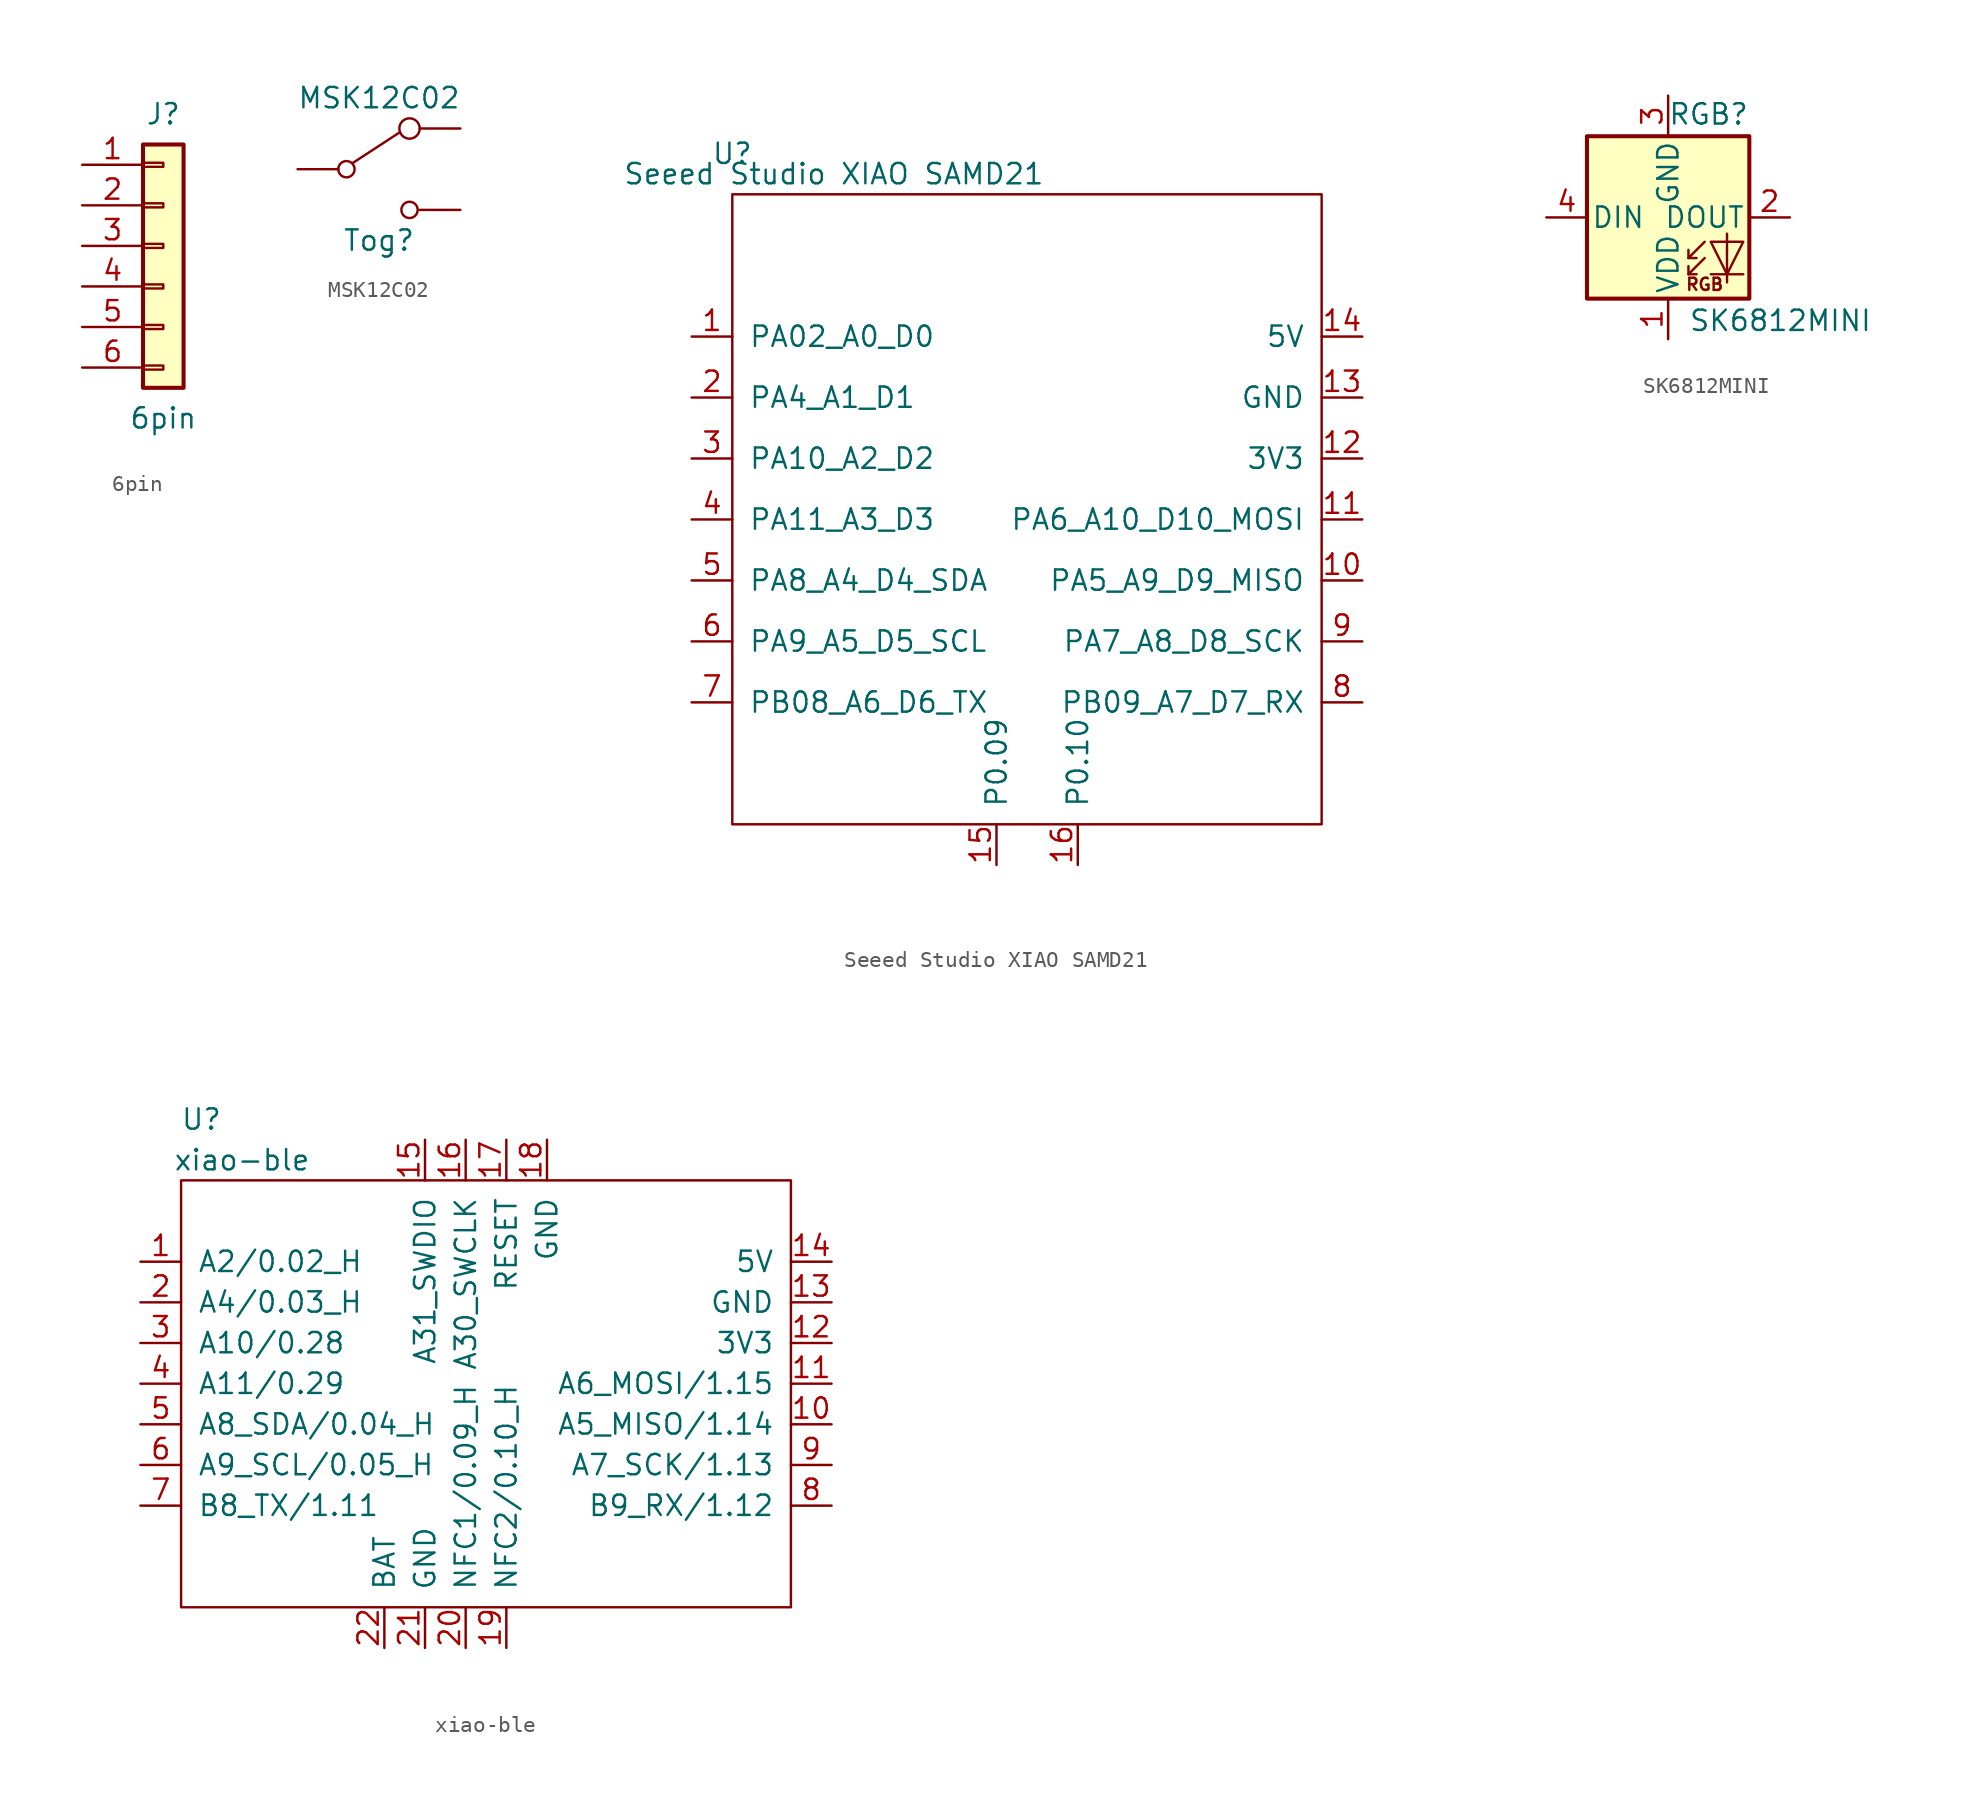
<source format=kicad_sym>
(kicad_symbol_lib
  (version 20211014)
  (generator kicad_symbol_editor)
  (symbol "6pin"
    (pin_names hide)
    (property "Reference" "J"
      (at 0 9.525 0)
      (effects (font (size 1.27 1.27))))
    (property "Value" "6pin"
      (at 0 -9.525 0)
      (effects (font (size 1.27 1.27))))
    (symbol "6pin_1_1"
      (rectangle (start -1.27 -6.223) (end 0 -6.477) (stroke (width 0.152) (type default) (color 0 0 0 0)) (fill (type none)))
      (rectangle (start -1.27 -3.683) (end 0 -3.937) (stroke (width 0.152) (type default) (color 0 0 0 0)) (fill (type none)))
      (rectangle (start -1.27 -1.143) (end 0 -1.397) (stroke (width 0.152) (type default) (color 0 0 0 0)) (fill (type none)))
      (rectangle (start -1.27 1.397) (end 0 1.143) (stroke (width 0.152) (type default) (color 0 0 0 0)) (fill (type none)))
      (rectangle (start -1.27 3.937) (end 0 3.683) (stroke (width 0.152) (type default) (color 0 0 0 0)) (fill (type none)))
      (rectangle (start -1.27 6.477) (end 0 6.223) (stroke (width 0.152) (type default) (color 0 0 0 0)) (fill (type none)))
      (rectangle (start -1.27 7.62) (end 1.27 -7.62) (stroke (width 0.254) (type default) (color 0 0 0 0)) (fill (type background)))
      (pin passive line (at -5.08 6.35 0) (length 3.81) (name "Pin_1" (effects (font (size 1.27 1.27)))) (number "1" (effects (font (size 1.27 1.27)))))
      (pin passive line (at -5.08 3.81 0) (length 3.81) (name "Pin_2" (effects (font (size 1.27 1.27)))) (number "2" (effects (font (size 1.27 1.27)))))
      (pin passive line (at -5.08 1.27 0) (length 3.81) (name "Pin_3" (effects (font (size 1.27 1.27)))) (number "3" (effects (font (size 1.27 1.27)))))
      (pin passive line (at -5.08 -1.27 0) (length 3.81) (name "Pin_4" (effects (font (size 1.27 1.27)))) (number "4" (effects (font (size 1.27 1.27)))))
      (pin passive line (at -5.08 -3.81 0) (length 3.81) (name "Pin_5" (effects (font (size 1.27 1.27)))) (number "5" (effects (font (size 1.27 1.27)))))
      (pin passive line (at -5.08 -6.35 0) (length 3.81) (name "Pin_6" (effects (font (size 1.27 1.27)))) (number "6" (effects (font (size 1.27 1.27)))))))
  (symbol "MSK12C02"
    (pin_numbers hide)
    (pin_names
      (offset 0) hide)
    (property "Reference" "Tog"
      (at 0 -4.445 0)
      (effects (font (size 1.27 1.27))))
    (property "Value" "MSK12C02"
      (at 0 4.445 0)
      (effects (font (size 1.27 1.27))))
    (symbol "MSK12C02_0_0"
      (circle (center -2.032 0) (radius 0.508) (stroke (width 0) (type default) (color 0 0 0 0)) (fill (type none)))
      (circle (center 1.905 -2.54) (radius 0.508) (stroke (width 0) (type default) (color 0 0 0 0)) (fill (type none))))
    (symbol "MSK12C02_0_1"
      (polyline (pts (xy -1.651 0.381) (xy 1.27 2.286)) (stroke (width 0) (type default) (color 0 0 0 0)) (fill (type none)))
      (circle (center 1.905 2.54) (radius 0.635) (stroke (width 0) (type default) (color 0 0 0 0)) (fill (type none))))
    (symbol "MSK12C02_1_1"
      (pin passive line (at 5.08 2.54 180) (length 2.54) (name "" (effects (font (size 1.27 1.27)))) (number "1" (effects (font (size 1.27 1.27)))))
      (pin passive line (at -5.08 0 0) (length 2.54) (name "" (effects (font (size 1.27 1.27)))) (number "2" (effects (font (size 1.27 1.27)))))
      (pin passive line (at 5.08 -2.54 180) (length 2.54) (name "" (effects (font (size 1.27 1.27)))) (number "3" (effects (font (size 1.27 1.27)))))))
  (symbol "Seeed Studio XIAO SAMD21"
    (pin_names
      (offset 1.016))
    (property "Reference" "U"
      (at -19.05 22.86 0)
      (effects (font (size 1.27 1.27))))
    (property "Value" "Seeed Studio XIAO SAMD21"
      (at -12.7 21.59 0)
      (effects (font (size 1.27 1.27))))
    (symbol "Seeed Studio XIAO SAMD21_0_1"
      (rectangle (start -19.05 20.32) (end 17.78 -19.05) (stroke (width 0) (type default) (color 0 0 0 0)) (fill (type none))))
    (symbol "Seeed Studio XIAO SAMD21_1_1"
      (pin unspecified line (at -21.59 11.43 0) (length 2.54) (name "PA02_A0_D0" (effects (font (size 1.27 1.27)))) (number "1" (effects (font (size 1.27 1.27)))))
      (pin unspecified line (at 20.32 -3.81 180) (length 2.54) (name "PA5_A9_D9_MISO" (effects (font (size 1.27 1.27)))) (number "10" (effects (font (size 1.27 1.27)))))
      (pin unspecified line (at 20.32 0 180) (length 2.54) (name "PA6_A10_D10_MOSI" (effects (font (size 1.27 1.27)))) (number "11" (effects (font (size 1.27 1.27)))))
      (pin unspecified line (at 20.32 3.81 180) (length 2.54) (name "3V3" (effects (font (size 1.27 1.27)))) (number "12" (effects (font (size 1.27 1.27)))))
      (pin unspecified line (at 20.32 7.62 180) (length 2.54) (name "GND" (effects (font (size 1.27 1.27)))) (number "13" (effects (font (size 1.27 1.27)))))
      (pin unspecified line (at 20.32 11.43 180) (length 2.54) (name "5V" (effects (font (size 1.27 1.27)))) (number "14" (effects (font (size 1.27 1.27)))))
      (pin bidirectional line (at -2.54 -21.59 90) (length 2.54) (name "P0.09" (effects (font (size 1.27 1.27)))) (number "15" (effects (font (size 1.27 1.27)))))
      (pin input line (at 2.54 -21.59 90) (length 2.54) (name "P0.10" (effects (font (size 1.27 1.27)))) (number "16" (effects (font (size 1.27 1.27)))))
      (pin unspecified line (at -21.59 7.62 0) (length 2.54) (name "PA4_A1_D1" (effects (font (size 1.27 1.27)))) (number "2" (effects (font (size 1.27 1.27)))))
      (pin unspecified line (at -21.59 3.81 0) (length 2.54) (name "PA10_A2_D2" (effects (font (size 1.27 1.27)))) (number "3" (effects (font (size 1.27 1.27)))))
      (pin unspecified line (at -21.59 0 0) (length 2.54) (name "PA11_A3_D3" (effects (font (size 1.27 1.27)))) (number "4" (effects (font (size 1.27 1.27)))))
      (pin unspecified line (at -21.59 -3.81 0) (length 2.54) (name "PA8_A4_D4_SDA" (effects (font (size 1.27 1.27)))) (number "5" (effects (font (size 1.27 1.27)))))
      (pin unspecified line (at -21.59 -7.62 0) (length 2.54) (name "PA9_A5_D5_SCL" (effects (font (size 1.27 1.27)))) (number "6" (effects (font (size 1.27 1.27)))))
      (pin unspecified line (at -21.59 -11.43 0) (length 2.54) (name "PB08_A6_D6_TX" (effects (font (size 1.27 1.27)))) (number "7" (effects (font (size 1.27 1.27)))))
      (pin unspecified line (at 20.32 -11.43 180) (length 2.54) (name "PB09_A7_D7_RX" (effects (font (size 1.27 1.27)))) (number "8" (effects (font (size 1.27 1.27)))))
      (pin unspecified line (at 20.32 -7.62 180) (length 2.54) (name "PA7_A8_D8_SCK" (effects (font (size 1.27 1.27)))) (number "9" (effects (font (size 1.27 1.27)))))))
  (symbol "SK6812MINI"
    (pin_names
      (offset 0.254))
    (property "Reference" "RGB"
      (at 5.08 5.715 0)
      (effects (font (size 1.27 1.27)) (justify right bottom)))
    (property "Value" "SK6812MINI"
      (at 1.27 -5.715 0)
      (effects (font (size 1.27 1.27)) (justify left top)))
    (symbol "SK6812MINI_0_0"
      (text "RGB" (at 2.286 -4.191 0) (effects (font (size 0.762 0.762)))))
    (symbol "SK6812MINI_0_1"
      (polyline (pts (xy 1.27 -3.556) (xy 1.778 -3.556)) (stroke (width 0) (type default) (color 0 0 0 0)) (fill (type none)))
      (polyline (pts (xy 1.27 -2.54) (xy 1.778 -2.54)) (stroke (width 0) (type default) (color 0 0 0 0)) (fill (type none)))
      (polyline (pts (xy 4.699 -3.556) (xy 2.667 -3.556)) (stroke (width 0) (type default) (color 0 0 0 0)) (fill (type none)))
      (polyline (pts (xy 2.286 -2.54) (xy 1.27 -3.556) (xy 1.27 -3.048)) (stroke (width 0) (type default) (color 0 0 0 0)) (fill (type none)))
      (polyline (pts (xy 2.286 -1.524) (xy 1.27 -2.54) (xy 1.27 -2.032)) (stroke (width 0) (type default) (color 0 0 0 0)) (fill (type none)))
      (polyline (pts (xy 3.683 -1.016) (xy 3.683 -3.556) (xy 3.683 -4.064)) (stroke (width 0) (type default) (color 0 0 0 0)) (fill (type none)))
      (polyline (pts (xy 4.699 -1.524) (xy 2.667 -1.524) (xy 3.683 -3.556) (xy 4.699 -1.524)) (stroke (width 0) (type default) (color 0 0 0 0)) (fill (type none)))
      (rectangle (start 5.08 5.08) (end -5.08 -5.08) (stroke (width 0.254) (type default) (color 0 0 0 0)) (fill (type background))))
    (symbol "SK6812MINI_1_1"
      (pin power_in line (at 0 -7.62 90) (length 2.54) (name "VDD" (effects (font (size 1.27 1.27)))) (number "1" (effects (font (size 1.27 1.27)))))
      (pin output line (at 7.62 0 180) (length 2.54) (name "DOUT" (effects (font (size 1.27 1.27)))) (number "2" (effects (font (size 1.27 1.27)))))
      (pin power_in line (at 0 7.62 270) (length 2.54) (name "GND" (effects (font (size 1.27 1.27)))) (number "3" (effects (font (size 1.27 1.27)))))
      (pin input line (at -7.62 0 0) (length 2.54) (name "DIN" (effects (font (size 1.27 1.27)))) (number "4" (effects (font (size 1.27 1.27)))))))
  (symbol "xiao-ble"
    (pin_names
      (offset 1.016))
    (property "Reference" "U"
      (at -17.78 16.51 0)
      (effects (font (size 1.27 1.27))))
    (property "Value" "xiao-ble"
      (at -15.24 13.97 0)
      (effects (font (size 1.27 1.27))))
    (symbol "xiao-ble_0_1"
      (rectangle (start -19.05 12.7) (end 19.05 -13.97) (stroke (width 0) (type default) (color 0 0 0 0)) (fill (type none))))
    (symbol "xiao-ble_1_1"
      (pin bidirectional line (at -21.59 7.62 0) (length 2.54) (name "A2/0.02_H" (effects (font (size 1.27 1.27)))) (number "1" (effects (font (size 1.27 1.27)))))
      (pin bidirectional line (at 21.59 -2.54 180) (length 2.54) (name "A5_MISO/1.14" (effects (font (size 1.27 1.27)))) (number "10" (effects (font (size 1.27 1.27)))))
      (pin bidirectional line (at 21.59 0 180) (length 2.54) (name "A6_MOSI/1.15" (effects (font (size 1.27 1.27)))) (number "11" (effects (font (size 1.27 1.27)))))
      (pin power_out line (at 21.59 2.54 180) (length 2.54) (name "3V3" (effects (font (size 1.27 1.27)))) (number "12" (effects (font (size 1.27 1.27)))))
      (pin power_out line (at 21.59 5.08 180) (length 2.54) (name "GND" (effects (font (size 1.27 1.27)))) (number "13" (effects (font (size 1.27 1.27)))))
      (pin power_out line (at 21.59 7.62 180) (length 2.54) (name "5V" (effects (font (size 1.27 1.27)))) (number "14" (effects (font (size 1.27 1.27)))))
      (pin input line (at -3.81 15.24 270) (length 2.54) (name "A31_SWDIO" (effects (font (size 1.27 1.27)))) (number "15" (effects (font (size 1.27 1.27)))))
      (pin input line (at -1.27 15.24 270) (length 2.54) (name "A30_SWCLK" (effects (font (size 1.27 1.27)))) (number "16" (effects (font (size 1.27 1.27)))))
      (pin input line (at 1.27 15.24 270) (length 2.54) (name "RESET" (effects (font (size 1.27 1.27)))) (number "17" (effects (font (size 1.27 1.27)))))
      (pin power_out line (at 3.81 15.24 270) (length 2.54) (name "GND" (effects (font (size 1.27 1.27)))) (number "18" (effects (font (size 1.27 1.27)))))
      (pin bidirectional line (at 1.27 -16.51 90) (length 2.54) (name "NFC2/0.10_H" (effects (font (size 1.27 1.27)))) (number "19" (effects (font (size 1.27 1.27)))))
      (pin bidirectional line (at -21.59 5.08 0) (length 2.54) (name "A4/0.03_H" (effects (font (size 1.27 1.27)))) (number "2" (effects (font (size 1.27 1.27)))))
      (pin bidirectional line (at -1.27 -16.51 90) (length 2.54) (name "NFC1/0.09_H" (effects (font (size 1.27 1.27)))) (number "20" (effects (font (size 1.27 1.27)))))
      (pin power_out line (at -3.81 -16.51 90) (length 2.54) (name "GND" (effects (font (size 1.27 1.27)))) (number "21" (effects (font (size 1.27 1.27)))))
      (pin bidirectional line (at -6.35 -16.51 90) (length 2.54) (name "BAT" (effects (font (size 1.27 1.27)))) (number "22" (effects (font (size 1.27 1.27)))))
      (pin bidirectional line (at -21.59 2.54 0) (length 2.54) (name "A10/0.28" (effects (font (size 1.27 1.27)))) (number "3" (effects (font (size 1.27 1.27)))))
      (pin bidirectional line (at -21.59 0 0) (length 2.54) (name "A11/0.29" (effects (font (size 1.27 1.27)))) (number "4" (effects (font (size 1.27 1.27)))))
      (pin bidirectional line (at -21.59 -2.54 0) (length 2.54) (name "A8_SDA/0.04_H" (effects (font (size 1.27 1.27)))) (number "5" (effects (font (size 1.27 1.27)))))
      (pin bidirectional line (at -21.59 -5.08 0) (length 2.54) (name "A9_SCL/0.05_H" (effects (font (size 1.27 1.27)))) (number "6" (effects (font (size 1.27 1.27)))))
      (pin bidirectional line (at -21.59 -7.62 0) (length 2.54) (name "B8_TX/1.11" (effects (font (size 1.27 1.27)))) (number "7" (effects (font (size 1.27 1.27)))))
      (pin bidirectional line (at 21.59 -7.62 180) (length 2.54) (name "B9_RX/1.12" (effects (font (size 1.27 1.27)))) (number "8" (effects (font (size 1.27 1.27)))))
      (pin bidirectional line (at 21.59 -5.08 180) (length 2.54) (name "A7_SCK/1.13" (effects (font (size 1.27 1.27)))) (number "9" (effects (font (size 1.27 1.27))))))))
</source>
